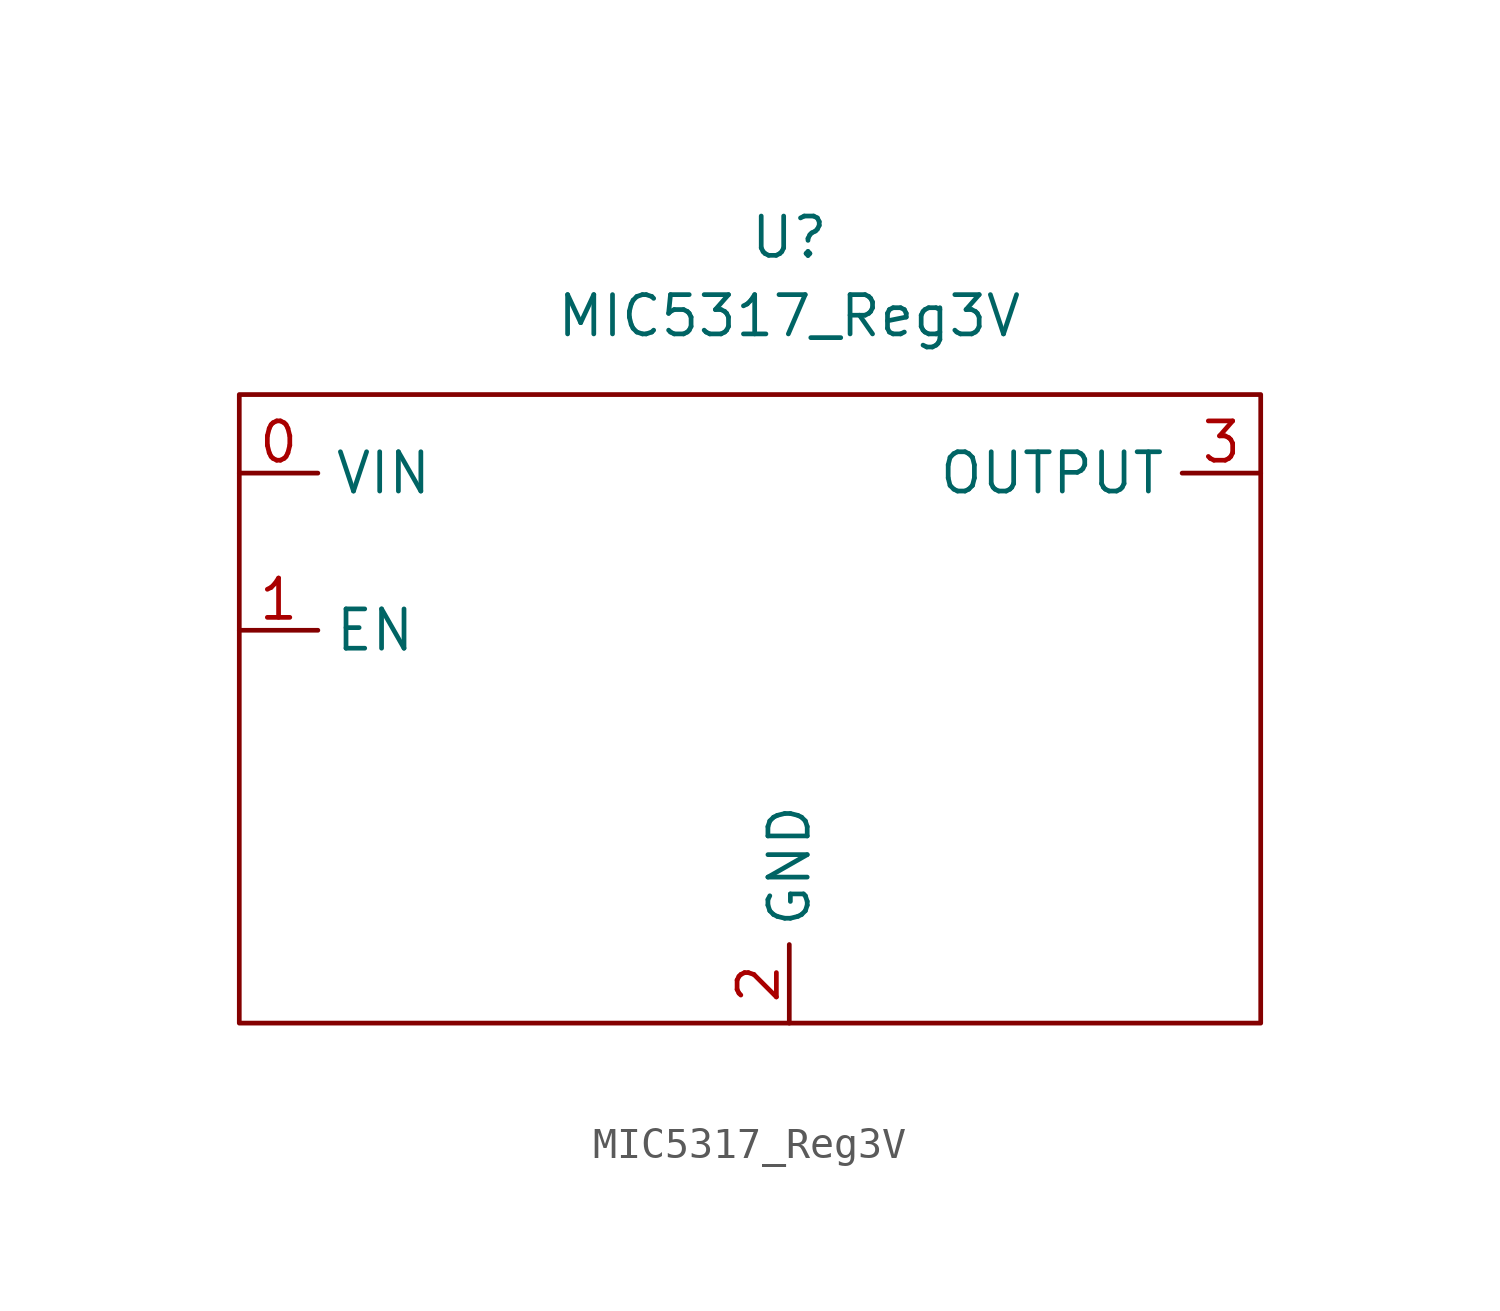
<source format=kicad_sym>
(kicad_symbol_lib
  (version 20211014)
  (generator kicad_symbol_editor)
  (symbol "MIC5317_Reg3V"
    (property "Reference" "U"
      (at 0 2.54 0)
      (effects (font (size 1.27 1.27))))
    (property "Value" "MIC5317_Reg3V"
      (at 0 0 0)
      (effects (font (size 1.27 1.27))))
    (symbol "MIC5317_Reg3V_0_1"
      (rectangle (start -17.78 -2.54) (end 15.24 -22.86) (stroke (width 0) (type default) (color 0 0 0 0)) (fill (type none))))
    (symbol "MIC5317_Reg3V_1_1"
      (pin power_in line (at -17.78 -5.08 0) (length 2.54) (name "VIN" (effects (font (size 1.27 1.27)))) (number "0" (effects (font (size 1.27 1.27)))))
      (pin bidirectional line (at -17.78 -10.16 0) (length 2.54) (name "EN" (effects (font (size 1.27 1.27)))) (number "1" (effects (font (size 1.27 1.27)))))
      (pin power_in line (at 0 -22.86 90) (length 2.54) (name "GND" (effects (font (size 1.27 1.27)))) (number "2" (effects (font (size 1.27 1.27)))))
      (pin power_out line (at 15.24 -5.08 180) (length 2.54) (name "OUTPUT" (effects (font (size 1.27 1.27)))) (number "3" (effects (font (size 1.27 1.27))))))))
</source>
